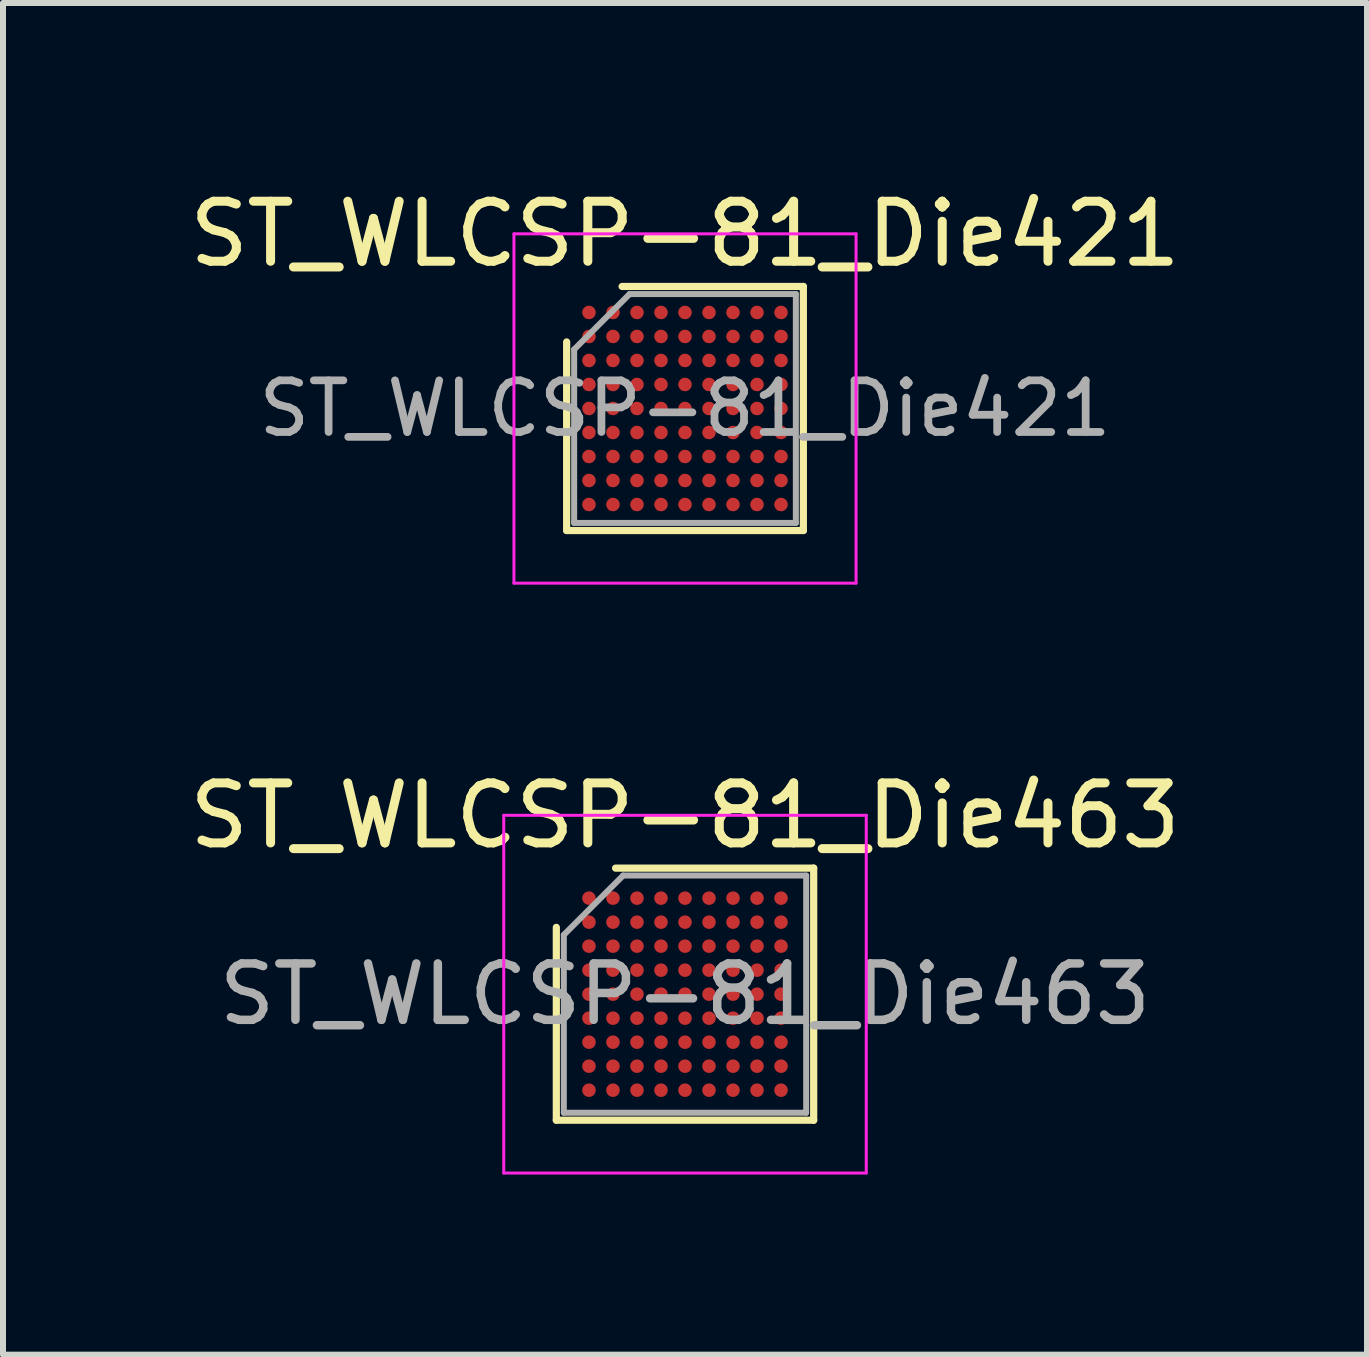
<source format=kicad_pcb>
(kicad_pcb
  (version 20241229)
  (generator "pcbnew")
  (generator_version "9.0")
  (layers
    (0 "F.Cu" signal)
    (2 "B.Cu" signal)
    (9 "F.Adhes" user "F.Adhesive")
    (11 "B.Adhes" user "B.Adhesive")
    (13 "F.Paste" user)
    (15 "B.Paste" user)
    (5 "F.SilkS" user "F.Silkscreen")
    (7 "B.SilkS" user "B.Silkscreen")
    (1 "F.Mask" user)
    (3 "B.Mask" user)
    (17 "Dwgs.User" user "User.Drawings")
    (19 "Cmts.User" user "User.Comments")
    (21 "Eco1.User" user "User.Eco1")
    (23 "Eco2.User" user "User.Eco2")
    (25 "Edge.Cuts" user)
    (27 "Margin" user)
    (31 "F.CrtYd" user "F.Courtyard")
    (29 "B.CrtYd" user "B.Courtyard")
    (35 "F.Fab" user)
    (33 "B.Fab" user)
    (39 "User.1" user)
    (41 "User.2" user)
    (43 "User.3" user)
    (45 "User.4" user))
  (footprint "ST_WLCSP-81_Die463"
    (layer "F.Cu")
    (at 8.363 13.514)
    (property "Reference" "ST_WLCSP-81_Die463" (at 0 -2.975 0) (layer "F.SilkS") (effects (font (size 1 1) (thickness 0.15))))
    (attr smd)
    (fp_line (start -2.144 2.1) (end -2.144 -1.113) (stroke (width 0.12) (type solid)) (layer "F.SilkS"))
    (fp_line (start -1.157 -2.1) (end 2.144 -2.1) (stroke (width 0.12) (type solid)) (layer "F.SilkS"))
    (fp_line (start 2.144 -2.1) (end 2.144 2.1) (stroke (width 0.12) (type solid)) (layer "F.SilkS"))
    (fp_line (start 2.144 2.1) (end -2.144 2.1) (stroke (width 0.12) (type solid)) (layer "F.SilkS"))
    (fp_line (start -3.02 -2.98) (end -3.02 2.98) (stroke (width 0.05) (type solid)) (layer "F.CrtYd"))
    (fp_line (start -3.02 2.98) (end 3.02 2.98) (stroke (width 0.05) (type solid)) (layer "F.CrtYd"))
    (fp_line (start 3.02 -2.98) (end -3.02 -2.98) (stroke (width 0.05) (type solid)) (layer "F.CrtYd"))
    (fp_line (start 3.02 2.98) (end 3.02 -2.98) (stroke (width 0.05) (type solid)) (layer "F.CrtYd"))
    (fp_line (start -2.019 -0.988) (end -1.032 -1.976) (stroke (width 0.1) (type solid)) (layer "F.Fab"))
    (fp_line (start -2.019 1.976) (end -2.019 -0.988) (stroke (width 0.1) (type solid)) (layer "F.Fab"))
    (fp_line (start -1.032 -1.976) (end 2.019 -1.976) (stroke (width 0.1) (type solid)) (layer "F.Fab"))
    (fp_line (start 2.019 -1.976) (end 2.019 1.976) (stroke (width 0.1) (type solid)) (layer "F.Fab"))
    (fp_line (start 2.019 1.976) (end -2.019 1.976) (stroke (width 0.1) (type solid)) (layer "F.Fab"))
    (fp_text user "${REFERENCE}" (at 0 0 0) (layer "F.Fab") (effects (font (size 0.94 0.94) (thickness 0.141))))
    (pad "A1" smd circle (at -1.6 -1.6) (size 0.225 0.225) (layers "F.Cu" "F.Mask" "F.Paste"))
    (pad "A2" smd circle (at -1.2 -1.6) (size 0.225 0.225) (layers "F.Cu" "F.Mask" "F.Paste"))
    (pad "A3" smd circle (at -0.8 -1.6) (size 0.225 0.225) (layers "F.Cu" "F.Mask" "F.Paste"))
    (pad "A4" smd circle (at -0.4 -1.6) (size 0.225 0.225) (layers "F.Cu" "F.Mask" "F.Paste"))
    (pad "A5" smd circle (at 0 -1.6) (size 0.225 0.225) (layers "F.Cu" "F.Mask" "F.Paste"))
    (pad "A6" smd circle (at 0.4 -1.6) (size 0.225 0.225) (layers "F.Cu" "F.Mask" "F.Paste"))
    (pad "A7" smd circle (at 0.8 -1.6) (size 0.225 0.225) (layers "F.Cu" "F.Mask" "F.Paste"))
    (pad "A8" smd circle (at 1.2 -1.6) (size 0.225 0.225) (layers "F.Cu" "F.Mask" "F.Paste"))
    (pad "A9" smd circle (at 1.6 -1.6) (size 0.225 0.225) (layers "F.Cu" "F.Mask" "F.Paste"))
    (pad "B1" smd circle (at -1.6 -1.2) (size 0.225 0.225) (layers "F.Cu" "F.Mask" "F.Paste"))
    (pad "B2" smd circle (at -1.2 -1.2) (size 0.225 0.225) (layers "F.Cu" "F.Mask" "F.Paste"))
    (pad "B3" smd circle (at -0.8 -1.2) (size 0.225 0.225) (layers "F.Cu" "F.Mask" "F.Paste"))
    (pad "B4" smd circle (at -0.4 -1.2) (size 0.225 0.225) (layers "F.Cu" "F.Mask" "F.Paste"))
    (pad "B5" smd circle (at 0 -1.2) (size 0.225 0.225) (layers "F.Cu" "F.Mask" "F.Paste"))
    (pad "B6" smd circle (at 0.4 -1.2) (size 0.225 0.225) (layers "F.Cu" "F.Mask" "F.Paste"))
    (pad "B7" smd circle (at 0.8 -1.2) (size 0.225 0.225) (layers "F.Cu" "F.Mask" "F.Paste"))
    (pad "B8" smd circle (at 1.2 -1.2) (size 0.225 0.225) (layers "F.Cu" "F.Mask" "F.Paste"))
    (pad "B9" smd circle (at 1.6 -1.2) (size 0.225 0.225) (layers "F.Cu" "F.Mask" "F.Paste"))
    (pad "C1" smd circle (at -1.6 -0.8) (size 0.225 0.225) (layers "F.Cu" "F.Mask" "F.Paste"))
    (pad "C2" smd circle (at -1.2 -0.8) (size 0.225 0.225) (layers "F.Cu" "F.Mask" "F.Paste"))
    (pad "C3" smd circle (at -0.8 -0.8) (size 0.225 0.225) (layers "F.Cu" "F.Mask" "F.Paste"))
    (pad "C4" smd circle (at -0.4 -0.8) (size 0.225 0.225) (layers "F.Cu" "F.Mask" "F.Paste"))
    (pad "C5" smd circle (at 0 -0.8) (size 0.225 0.225) (layers "F.Cu" "F.Mask" "F.Paste"))
    (pad "C6" smd circle (at 0.4 -0.8) (size 0.225 0.225) (layers "F.Cu" "F.Mask" "F.Paste"))
    (pad "C7" smd circle (at 0.8 -0.8) (size 0.225 0.225) (layers "F.Cu" "F.Mask" "F.Paste"))
    (pad "C8" smd circle (at 1.2 -0.8) (size 0.225 0.225) (layers "F.Cu" "F.Mask" "F.Paste"))
    (pad "C9" smd circle (at 1.6 -0.8) (size 0.225 0.225) (layers "F.Cu" "F.Mask" "F.Paste"))
    (pad "D1" smd circle (at -1.6 -0.4) (size 0.225 0.225) (layers "F.Cu" "F.Mask" "F.Paste"))
    (pad "D2" smd circle (at -1.2 -0.4) (size 0.225 0.225) (layers "F.Cu" "F.Mask" "F.Paste"))
    (pad "D3" smd circle (at -0.8 -0.4) (size 0.225 0.225) (layers "F.Cu" "F.Mask" "F.Paste"))
    (pad "D4" smd circle (at -0.4 -0.4) (size 0.225 0.225) (layers "F.Cu" "F.Mask" "F.Paste"))
    (pad "D5" smd circle (at 0 -0.4) (size 0.225 0.225) (layers "F.Cu" "F.Mask" "F.Paste"))
    (pad "D6" smd circle (at 0.4 -0.4) (size 0.225 0.225) (layers "F.Cu" "F.Mask" "F.Paste"))
    (pad "D7" smd circle (at 0.8 -0.4) (size 0.225 0.225) (layers "F.Cu" "F.Mask" "F.Paste"))
    (pad "D8" smd circle (at 1.2 -0.4) (size 0.225 0.225) (layers "F.Cu" "F.Mask" "F.Paste"))
    (pad "D9" smd circle (at 1.6 -0.4) (size 0.225 0.225) (layers "F.Cu" "F.Mask" "F.Paste"))
    (pad "E1" smd circle (at -1.6 0) (size 0.225 0.225) (layers "F.Cu" "F.Mask" "F.Paste"))
    (pad "E2" smd circle (at -1.2 0) (size 0.225 0.225) (layers "F.Cu" "F.Mask" "F.Paste"))
    (pad "E3" smd circle (at -0.8 0) (size 0.225 0.225) (layers "F.Cu" "F.Mask" "F.Paste"))
    (pad "E4" smd circle (at -0.4 0) (size 0.225 0.225) (layers "F.Cu" "F.Mask" "F.Paste"))
    (pad "E5" smd circle (at 0 0) (size 0.225 0.225) (layers "F.Cu" "F.Mask" "F.Paste"))
    (pad "E6" smd circle (at 0.4 0) (size 0.225 0.225) (layers "F.Cu" "F.Mask" "F.Paste"))
    (pad "E7" smd circle (at 0.8 0) (size 0.225 0.225) (layers "F.Cu" "F.Mask" "F.Paste"))
    (pad "E8" smd circle (at 1.2 0) (size 0.225 0.225) (layers "F.Cu" "F.Mask" "F.Paste"))
    (pad "E9" smd circle (at 1.6 0) (size 0.225 0.225) (layers "F.Cu" "F.Mask" "F.Paste"))
    (pad "F1" smd circle (at -1.6 0.4) (size 0.225 0.225) (layers "F.Cu" "F.Mask" "F.Paste"))
    (pad "F2" smd circle (at -1.2 0.4) (size 0.225 0.225) (layers "F.Cu" "F.Mask" "F.Paste"))
    (pad "F3" smd circle (at -0.8 0.4) (size 0.225 0.225) (layers "F.Cu" "F.Mask" "F.Paste"))
    (pad "F4" smd circle (at -0.4 0.4) (size 0.225 0.225) (layers "F.Cu" "F.Mask" "F.Paste"))
    (pad "F5" smd circle (at 0 0.4) (size 0.225 0.225) (layers "F.Cu" "F.Mask" "F.Paste"))
    (pad "F6" smd circle (at 0.4 0.4) (size 0.225 0.225) (layers "F.Cu" "F.Mask" "F.Paste"))
    (pad "F7" smd circle (at 0.8 0.4) (size 0.225 0.225) (layers "F.Cu" "F.Mask" "F.Paste"))
    (pad "F8" smd circle (at 1.2 0.4) (size 0.225 0.225) (layers "F.Cu" "F.Mask" "F.Paste"))
    (pad "F9" smd circle (at 1.6 0.4) (size 0.225 0.225) (layers "F.Cu" "F.Mask" "F.Paste"))
    (pad "G1" smd circle (at -1.6 0.8) (size 0.225 0.225) (layers "F.Cu" "F.Mask" "F.Paste"))
    (pad "G2" smd circle (at -1.2 0.8) (size 0.225 0.225) (layers "F.Cu" "F.Mask" "F.Paste"))
    (pad "G3" smd circle (at -0.8 0.8) (size 0.225 0.225) (layers "F.Cu" "F.Mask" "F.Paste"))
    (pad "G4" smd circle (at -0.4 0.8) (size 0.225 0.225) (layers "F.Cu" "F.Mask" "F.Paste"))
    (pad "G5" smd circle (at 0 0.8) (size 0.225 0.225) (layers "F.Cu" "F.Mask" "F.Paste"))
    (pad "G6" smd circle (at 0.4 0.8) (size 0.225 0.225) (layers "F.Cu" "F.Mask" "F.Paste"))
    (pad "G7" smd circle (at 0.8 0.8) (size 0.225 0.225) (layers "F.Cu" "F.Mask" "F.Paste"))
    (pad "G8" smd circle (at 1.2 0.8) (size 0.225 0.225) (layers "F.Cu" "F.Mask" "F.Paste"))
    (pad "G9" smd circle (at 1.6 0.8) (size 0.225 0.225) (layers "F.Cu" "F.Mask" "F.Paste"))
    (pad "H1" smd circle (at -1.6 1.2) (size 0.225 0.225) (layers "F.Cu" "F.Mask" "F.Paste"))
    (pad "H2" smd circle (at -1.2 1.2) (size 0.225 0.225) (layers "F.Cu" "F.Mask" "F.Paste"))
    (pad "H3" smd circle (at -0.8 1.2) (size 0.225 0.225) (layers "F.Cu" "F.Mask" "F.Paste"))
    (pad "H4" smd circle (at -0.4 1.2) (size 0.225 0.225) (layers "F.Cu" "F.Mask" "F.Paste"))
    (pad "H5" smd circle (at 0 1.2) (size 0.225 0.225) (layers "F.Cu" "F.Mask" "F.Paste"))
    (pad "H6" smd circle (at 0.4 1.2) (size 0.225 0.225) (layers "F.Cu" "F.Mask" "F.Paste"))
    (pad "H7" smd circle (at 0.8 1.2) (size 0.225 0.225) (layers "F.Cu" "F.Mask" "F.Paste"))
    (pad "H8" smd circle (at 1.2 1.2) (size 0.225 0.225) (layers "F.Cu" "F.Mask" "F.Paste"))
    (pad "H9" smd circle (at 1.6 1.2) (size 0.225 0.225) (layers "F.Cu" "F.Mask" "F.Paste"))
    (pad "J1" smd circle (at -1.6 1.6) (size 0.225 0.225) (layers "F.Cu" "F.Mask" "F.Paste"))
    (pad "J2" smd circle (at -1.2 1.6) (size 0.225 0.225) (layers "F.Cu" "F.Mask" "F.Paste"))
    (pad "J3" smd circle (at -0.8 1.6) (size 0.225 0.225) (layers "F.Cu" "F.Mask" "F.Paste"))
    (pad "J4" smd circle (at -0.4 1.6) (size 0.225 0.225) (layers "F.Cu" "F.Mask" "F.Paste"))
    (pad "J5" smd circle (at 0 1.6) (size 0.225 0.225) (layers "F.Cu" "F.Mask" "F.Paste"))
    (pad "J6" smd circle (at 0.4 1.6) (size 0.225 0.225) (layers "F.Cu" "F.Mask" "F.Paste"))
    (pad "J7" smd circle (at 0.8 1.6) (size 0.225 0.225) (layers "F.Cu" "F.Mask" "F.Paste"))
    (pad "J8" smd circle (at 1.2 1.6) (size 0.225 0.225) (layers "F.Cu" "F.Mask" "F.Paste"))
    (pad "J9" smd circle (at 1.6 1.6) (size 0.225 0.225) (layers "F.Cu" "F.Mask" "F.Paste")))
  (footprint "ST_WLCSP-81_Die421"
    (layer "F.Cu")
    (at 8.363 3.756)
    (property "Reference" "ST_WLCSP-81_Die421" (at 0 -2.908 0) (layer "F.SilkS") (effects (font (size 1 1) (thickness 0.15))))
    (attr smd)
    (fp_line (start -1.972 2.033) (end -1.972 -1.109) (stroke (width 0.12) (type solid)) (layer "F.SilkS"))
    (fp_line (start -1.048 -2.033) (end 1.972 -2.033) (stroke (width 0.12) (type solid)) (layer "F.SilkS"))
    (fp_line (start 1.972 -2.033) (end 1.972 2.033) (stroke (width 0.12) (type solid)) (layer "F.SilkS"))
    (fp_line (start 1.972 2.033) (end -1.972 2.033) (stroke (width 0.12) (type solid)) (layer "F.SilkS"))
    (fp_line (start -2.85 -2.91) (end -2.85 2.91) (stroke (width 0.05) (type solid)) (layer "F.CrtYd"))
    (fp_line (start -2.85 2.91) (end 2.85 2.91) (stroke (width 0.05) (type solid)) (layer "F.CrtYd"))
    (fp_line (start 2.85 -2.91) (end -2.85 -2.91) (stroke (width 0.05) (type solid)) (layer "F.CrtYd"))
    (fp_line (start 2.85 2.91) (end 2.85 -2.91) (stroke (width 0.05) (type solid)) (layer "F.CrtYd"))
    (fp_line (start -1.847 -0.984) (end -0.923 -1.907) (stroke (width 0.1) (type solid)) (layer "F.Fab"))
    (fp_line (start -1.847 1.907) (end -1.847 -0.984) (stroke (width 0.1) (type solid)) (layer "F.Fab"))
    (fp_line (start -0.923 -1.907) (end 1.847 -1.907) (stroke (width 0.1) (type solid)) (layer "F.Fab"))
    (fp_line (start 1.847 -1.907) (end 1.847 1.907) (stroke (width 0.1) (type solid)) (layer "F.Fab"))
    (fp_line (start 1.847 1.907) (end -1.847 1.907) (stroke (width 0.1) (type solid)) (layer "F.Fab"))
    (fp_text user "${REFERENCE}" (at 0 0 0) (layer "F.Fab") (effects (font (size 0.86 0.86) (thickness 0.129))))
    (pad "A1" smd circle (at -1.6 -1.6) (size 0.225 0.225) (layers "F.Cu" "F.Mask" "F.Paste"))
    (pad "A2" smd circle (at -1.2 -1.6) (size 0.225 0.225) (layers "F.Cu" "F.Mask" "F.Paste"))
    (pad "A3" smd circle (at -0.8 -1.6) (size 0.225 0.225) (layers "F.Cu" "F.Mask" "F.Paste"))
    (pad "A4" smd circle (at -0.4 -1.6) (size 0.225 0.225) (layers "F.Cu" "F.Mask" "F.Paste"))
    (pad "A5" smd circle (at 0 -1.6) (size 0.225 0.225) (layers "F.Cu" "F.Mask" "F.Paste"))
    (pad "A6" smd circle (at 0.4 -1.6) (size 0.225 0.225) (layers "F.Cu" "F.Mask" "F.Paste"))
    (pad "A7" smd circle (at 0.8 -1.6) (size 0.225 0.225) (layers "F.Cu" "F.Mask" "F.Paste"))
    (pad "A8" smd circle (at 1.2 -1.6) (size 0.225 0.225) (layers "F.Cu" "F.Mask" "F.Paste"))
    (pad "A9" smd circle (at 1.6 -1.6) (size 0.225 0.225) (layers "F.Cu" "F.Mask" "F.Paste"))
    (pad "B1" smd circle (at -1.6 -1.2) (size 0.225 0.225) (layers "F.Cu" "F.Mask" "F.Paste"))
    (pad "B2" smd circle (at -1.2 -1.2) (size 0.225 0.225) (layers "F.Cu" "F.Mask" "F.Paste"))
    (pad "B3" smd circle (at -0.8 -1.2) (size 0.225 0.225) (layers "F.Cu" "F.Mask" "F.Paste"))
    (pad "B4" smd circle (at -0.4 -1.2) (size 0.225 0.225) (layers "F.Cu" "F.Mask" "F.Paste"))
    (pad "B5" smd circle (at 0 -1.2) (size 0.225 0.225) (layers "F.Cu" "F.Mask" "F.Paste"))
    (pad "B6" smd circle (at 0.4 -1.2) (size 0.225 0.225) (layers "F.Cu" "F.Mask" "F.Paste"))
    (pad "B7" smd circle (at 0.8 -1.2) (size 0.225 0.225) (layers "F.Cu" "F.Mask" "F.Paste"))
    (pad "B8" smd circle (at 1.2 -1.2) (size 0.225 0.225) (layers "F.Cu" "F.Mask" "F.Paste"))
    (pad "B9" smd circle (at 1.6 -1.2) (size 0.225 0.225) (layers "F.Cu" "F.Mask" "F.Paste"))
    (pad "C1" smd circle (at -1.6 -0.8) (size 0.225 0.225) (layers "F.Cu" "F.Mask" "F.Paste"))
    (pad "C2" smd circle (at -1.2 -0.8) (size 0.225 0.225) (layers "F.Cu" "F.Mask" "F.Paste"))
    (pad "C3" smd circle (at -0.8 -0.8) (size 0.225 0.225) (layers "F.Cu" "F.Mask" "F.Paste"))
    (pad "C4" smd circle (at -0.4 -0.8) (size 0.225 0.225) (layers "F.Cu" "F.Mask" "F.Paste"))
    (pad "C5" smd circle (at 0 -0.8) (size 0.225 0.225) (layers "F.Cu" "F.Mask" "F.Paste"))
    (pad "C6" smd circle (at 0.4 -0.8) (size 0.225 0.225) (layers "F.Cu" "F.Mask" "F.Paste"))
    (pad "C7" smd circle (at 0.8 -0.8) (size 0.225 0.225) (layers "F.Cu" "F.Mask" "F.Paste"))
    (pad "C8" smd circle (at 1.2 -0.8) (size 0.225 0.225) (layers "F.Cu" "F.Mask" "F.Paste"))
    (pad "C9" smd circle (at 1.6 -0.8) (size 0.225 0.225) (layers "F.Cu" "F.Mask" "F.Paste"))
    (pad "D1" smd circle (at -1.6 -0.4) (size 0.225 0.225) (layers "F.Cu" "F.Mask" "F.Paste"))
    (pad "D2" smd circle (at -1.2 -0.4) (size 0.225 0.225) (layers "F.Cu" "F.Mask" "F.Paste"))
    (pad "D3" smd circle (at -0.8 -0.4) (size 0.225 0.225) (layers "F.Cu" "F.Mask" "F.Paste"))
    (pad "D4" smd circle (at -0.4 -0.4) (size 0.225 0.225) (layers "F.Cu" "F.Mask" "F.Paste"))
    (pad "D5" smd circle (at 0 -0.4) (size 0.225 0.225) (layers "F.Cu" "F.Mask" "F.Paste"))
    (pad "D6" smd circle (at 0.4 -0.4) (size 0.225 0.225) (layers "F.Cu" "F.Mask" "F.Paste"))
    (pad "D7" smd circle (at 0.8 -0.4) (size 0.225 0.225) (layers "F.Cu" "F.Mask" "F.Paste"))
    (pad "D8" smd circle (at 1.2 -0.4) (size 0.225 0.225) (layers "F.Cu" "F.Mask" "F.Paste"))
    (pad "D9" smd circle (at 1.6 -0.4) (size 0.225 0.225) (layers "F.Cu" "F.Mask" "F.Paste"))
    (pad "E1" smd circle (at -1.6 0) (size 0.225 0.225) (layers "F.Cu" "F.Mask" "F.Paste"))
    (pad "E2" smd circle (at -1.2 0) (size 0.225 0.225) (layers "F.Cu" "F.Mask" "F.Paste"))
    (pad "E3" smd circle (at -0.8 0) (size 0.225 0.225) (layers "F.Cu" "F.Mask" "F.Paste"))
    (pad "E4" smd circle (at -0.4 0) (size 0.225 0.225) (layers "F.Cu" "F.Mask" "F.Paste"))
    (pad "E5" smd circle (at 0 0) (size 0.225 0.225) (layers "F.Cu" "F.Mask" "F.Paste"))
    (pad "E6" smd circle (at 0.4 0) (size 0.225 0.225) (layers "F.Cu" "F.Mask" "F.Paste"))
    (pad "E7" smd circle (at 0.8 0) (size 0.225 0.225) (layers "F.Cu" "F.Mask" "F.Paste"))
    (pad "E8" smd circle (at 1.2 0) (size 0.225 0.225) (layers "F.Cu" "F.Mask" "F.Paste"))
    (pad "E9" smd circle (at 1.6 0) (size 0.225 0.225) (layers "F.Cu" "F.Mask" "F.Paste"))
    (pad "F1" smd circle (at -1.6 0.4) (size 0.225 0.225) (layers "F.Cu" "F.Mask" "F.Paste"))
    (pad "F2" smd circle (at -1.2 0.4) (size 0.225 0.225) (layers "F.Cu" "F.Mask" "F.Paste"))
    (pad "F3" smd circle (at -0.8 0.4) (size 0.225 0.225) (layers "F.Cu" "F.Mask" "F.Paste"))
    (pad "F4" smd circle (at -0.4 0.4) (size 0.225 0.225) (layers "F.Cu" "F.Mask" "F.Paste"))
    (pad "F5" smd circle (at 0 0.4) (size 0.225 0.225) (layers "F.Cu" "F.Mask" "F.Paste"))
    (pad "F6" smd circle (at 0.4 0.4) (size 0.225 0.225) (layers "F.Cu" "F.Mask" "F.Paste"))
    (pad "F7" smd circle (at 0.8 0.4) (size 0.225 0.225) (layers "F.Cu" "F.Mask" "F.Paste"))
    (pad "F8" smd circle (at 1.2 0.4) (size 0.225 0.225) (layers "F.Cu" "F.Mask" "F.Paste"))
    (pad "F9" smd circle (at 1.6 0.4) (size 0.225 0.225) (layers "F.Cu" "F.Mask" "F.Paste"))
    (pad "G1" smd circle (at -1.6 0.8) (size 0.225 0.225) (layers "F.Cu" "F.Mask" "F.Paste"))
    (pad "G2" smd circle (at -1.2 0.8) (size 0.225 0.225) (layers "F.Cu" "F.Mask" "F.Paste"))
    (pad "G3" smd circle (at -0.8 0.8) (size 0.225 0.225) (layers "F.Cu" "F.Mask" "F.Paste"))
    (pad "G4" smd circle (at -0.4 0.8) (size 0.225 0.225) (layers "F.Cu" "F.Mask" "F.Paste"))
    (pad "G5" smd circle (at 0 0.8) (size 0.225 0.225) (layers "F.Cu" "F.Mask" "F.Paste"))
    (pad "G6" smd circle (at 0.4 0.8) (size 0.225 0.225) (layers "F.Cu" "F.Mask" "F.Paste"))
    (pad "G7" smd circle (at 0.8 0.8) (size 0.225 0.225) (layers "F.Cu" "F.Mask" "F.Paste"))
    (pad "G8" smd circle (at 1.2 0.8) (size 0.225 0.225) (layers "F.Cu" "F.Mask" "F.Paste"))
    (pad "G9" smd circle (at 1.6 0.8) (size 0.225 0.225) (layers "F.Cu" "F.Mask" "F.Paste"))
    (pad "H1" smd circle (at -1.6 1.2) (size 0.225 0.225) (layers "F.Cu" "F.Mask" "F.Paste"))
    (pad "H2" smd circle (at -1.2 1.2) (size 0.225 0.225) (layers "F.Cu" "F.Mask" "F.Paste"))
    (pad "H3" smd circle (at -0.8 1.2) (size 0.225 0.225) (layers "F.Cu" "F.Mask" "F.Paste"))
    (pad "H4" smd circle (at -0.4 1.2) (size 0.225 0.225) (layers "F.Cu" "F.Mask" "F.Paste"))
    (pad "H5" smd circle (at 0 1.2) (size 0.225 0.225) (layers "F.Cu" "F.Mask" "F.Paste"))
    (pad "H6" smd circle (at 0.4 1.2) (size 0.225 0.225) (layers "F.Cu" "F.Mask" "F.Paste"))
    (pad "H7" smd circle (at 0.8 1.2) (size 0.225 0.225) (layers "F.Cu" "F.Mask" "F.Paste"))
    (pad "H8" smd circle (at 1.2 1.2) (size 0.225 0.225) (layers "F.Cu" "F.Mask" "F.Paste"))
    (pad "H9" smd circle (at 1.6 1.2) (size 0.225 0.225) (layers "F.Cu" "F.Mask" "F.Paste"))
    (pad "J1" smd circle (at -1.6 1.6) (size 0.225 0.225) (layers "F.Cu" "F.Mask" "F.Paste"))
    (pad "J2" smd circle (at -1.2 1.6) (size 0.225 0.225) (layers "F.Cu" "F.Mask" "F.Paste"))
    (pad "J3" smd circle (at -0.8 1.6) (size 0.225 0.225) (layers "F.Cu" "F.Mask" "F.Paste"))
    (pad "J4" smd circle (at -0.4 1.6) (size 0.225 0.225) (layers "F.Cu" "F.Mask" "F.Paste"))
    (pad "J5" smd circle (at 0 1.6) (size 0.225 0.225) (layers "F.Cu" "F.Mask" "F.Paste"))
    (pad "J6" smd circle (at 0.4 1.6) (size 0.225 0.225) (layers "F.Cu" "F.Mask" "F.Paste"))
    (pad "J7" smd circle (at 0.8 1.6) (size 0.225 0.225) (layers "F.Cu" "F.Mask" "F.Paste"))
    (pad "J8" smd circle (at 1.2 1.6) (size 0.225 0.225) (layers "F.Cu" "F.Mask" "F.Paste"))
    (pad "J9" smd circle (at 1.6 1.6) (size 0.225 0.225) (layers "F.Cu" "F.Mask" "F.Paste")))
  (gr_rect
    (start -3 -3)
    (end 19.726 19.52)
    (stroke (width 0.1) (type default))
    (fill no)
    (layer "Edge.Cuts")))
</source>
